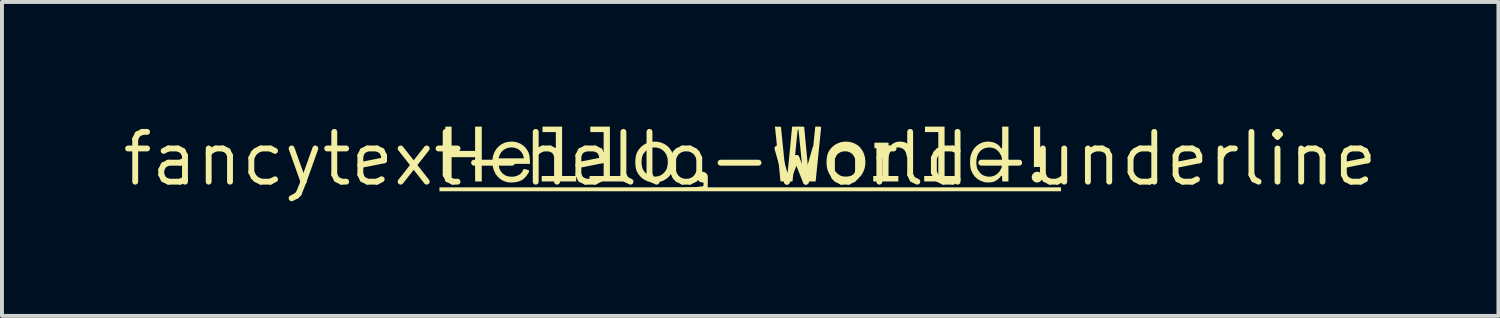
<source format=kicad_pcb>
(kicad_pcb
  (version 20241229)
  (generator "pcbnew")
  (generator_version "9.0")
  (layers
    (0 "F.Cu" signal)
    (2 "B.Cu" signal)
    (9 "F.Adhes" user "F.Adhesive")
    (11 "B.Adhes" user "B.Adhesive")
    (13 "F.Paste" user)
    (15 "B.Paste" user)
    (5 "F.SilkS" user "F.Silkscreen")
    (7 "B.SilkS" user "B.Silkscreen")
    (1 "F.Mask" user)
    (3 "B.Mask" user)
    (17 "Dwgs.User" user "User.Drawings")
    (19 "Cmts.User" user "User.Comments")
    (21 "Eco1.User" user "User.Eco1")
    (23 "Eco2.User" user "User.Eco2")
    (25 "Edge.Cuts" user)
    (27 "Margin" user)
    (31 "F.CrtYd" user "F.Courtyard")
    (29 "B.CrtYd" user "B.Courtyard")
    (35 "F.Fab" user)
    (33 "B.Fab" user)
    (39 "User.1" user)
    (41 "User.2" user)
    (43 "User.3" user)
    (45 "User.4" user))
  (footprint "fancytext-hello-world-underline"
    (layer "F.Cu")
    (at 16.094 1.006)
    (property "Reference" "fancytext-hello-world-underline" (at 0 0 0) (layer "F.SilkS") (effects (font (size 1.27 1.27) (thickness 0.15))))
    (attr board_only exclude_from_pos_files exclude_from_bom)
    (fp_poly (pts (xy 7.24 -0.31) (xy 7.24 -0.825) (xy 7.32 -0.825) (xy 7.4 -0.825) (xy 7.4 -0.31) (xy 7.4 0.205) (xy 7.32 0.205) (xy 7.24 0.205) (xy 7.24 -0.31)) (stroke (width 0) (type solid)) (fill yes) (layer "F.SilkS"))
    (fp_poly (pts (xy -5.32 0.505) (xy -5.32 0.435) (xy -5.14 0.435) (xy -4.96 0.435) (xy -4.96 -0.125) (xy -4.96 -0.685) (xy -5.13 -0.685) (xy -5.3 -0.685) (xy -5.3 -0.755) (xy -5.3 -0.825) (xy -5.05 -0.825) (xy -4.8 -0.825) (xy -4.8 -0.195) (xy -4.8 0.435) (xy -4.62 0.435) (xy -4.44 0.435) (xy -4.44 0.505) (xy -4.44 0.575) (xy -4.88 0.575) (xy -5.32 0.575) (xy -5.32 0.505)) (stroke (width 0) (type solid)) (fill yes) (layer "F.SilkS"))
    (fp_poly (pts (xy -4.1 0.505) (xy -4.1 0.435) (xy -3.92 0.435) (xy -3.74 0.435) (xy -3.74 -0.125) (xy -3.74 -0.685) (xy -3.91 -0.685) (xy -4.08 -0.685) (xy -4.08 -0.755) (xy -4.08 -0.825) (xy -3.83 -0.825) (xy -3.58 -0.825) (xy -3.58 -0.195) (xy -3.58 0.435) (xy -3.4 0.435) (xy -3.22 0.435) (xy -3.22 0.505) (xy -3.22 0.575) (xy -3.66 0.575) (xy -4.1 0.575) (xy -4.1 0.505)) (stroke (width 0) (type solid)) (fill yes) (layer "F.SilkS"))
    (fp_poly (pts (xy 4.44 0.505) (xy 4.44 0.435) (xy 4.62 0.435) (xy 4.8 0.435) (xy 4.8 -0.125) (xy 4.8 -0.685) (xy 4.63 -0.685) (xy 4.46 -0.685) (xy 4.46 -0.755) (xy 4.46 -0.825) (xy 4.71 -0.825) (xy 4.96 -0.825) (xy 4.96 -0.195) (xy 4.96 0.435) (xy 5.14 0.435) (xy 5.32 0.435) (xy 5.32 0.505) (xy 5.32 0.575) (xy 4.88 0.575) (xy 4.44 0.575) (xy 4.44 0.505)) (stroke (width 0) (type solid)) (fill yes) (layer "F.SilkS"))
    (fp_poly (pts (xy 7.262 0.589) (xy 7.221 0.558) (xy 7.194 0.518) (xy 7.184 0.473) (xy 7.189 0.427) (xy 7.21 0.384) (xy 7.248 0.348) (xy 7.249 0.348) (xy 7.293 0.329) (xy 7.339 0.327) (xy 7.382 0.34) (xy 7.419 0.367) (xy 7.446 0.404) (xy 7.459 0.45) (xy 7.46 0.465) (xy 7.451 0.512) (xy 7.427 0.551) (xy 7.392 0.581) (xy 7.349 0.598) (xy 7.304 0.601) (xy 7.262 0.589)) (stroke (width 0) (type solid)) (fill yes) (layer "F.SilkS"))
    (fp_poly (pts (xy -7.78 -0.125) (xy -7.78 -0.825) (xy -7.7 -0.825) (xy -7.62 -0.825) (xy -7.62 -0.515) (xy -7.62 -0.205) (xy -7.32 -0.205) (xy -7.02 -0.205) (xy -7.02 -0.515) (xy -7.02 -0.825) (xy -6.935 -0.825) (xy -6.85 -0.825) (xy -6.85 -0.125) (xy -6.85 0.575) (xy -6.935 0.575) (xy -7.02 0.575) (xy -7.02 0.265) (xy -7.02 -0.045) (xy -7.32 -0.045) (xy -7.62 -0.045) (xy -7.62 0.265) (xy -7.62 0.575) (xy -7.7 0.575) (xy -7.78 0.575) (xy -7.78 -0.125)) (stroke (width 0) (type solid)) (fill yes) (layer "F.SilkS"))
    (fp_poly (pts (xy -7.93 0.775) (xy -7.93 0.725) (xy -4.63 0.725) (xy -4.279 0.725) (xy -3.947 0.725) (xy -3.635 0.725) (xy -3.343 0.725) (xy -3.07 0.724) (xy -2.817 0.724) (xy -2.584 0.724) (xy -2.371 0.723) (xy -2.178 0.723) (xy -2.004 0.722) (xy -1.85 0.721) (xy -1.716 0.721) (xy -1.602 0.72) (xy -1.508 0.719) (xy -1.434 0.718) (xy -1.379 0.717) (xy -1.345 0.716) (xy -1.33 0.715) (xy -1.33 0.715) (xy -1.321 0.71) (xy -1.297 0.706) (xy -1.272 0.705) (xy -1.238 0.703) (xy -1.212 0.698) (xy -1.202 0.693) (xy -1.194 0.676) (xy -1.19 0.648) (xy -1.19 0.64) (xy -1.191 0.615) (xy -1.198 0.603) (xy -1.215 0.6) (xy -1.228 0.6) (xy -1.274 0.59) (xy -1.311 0.566) (xy -1.339 0.53) (xy -1.354 0.488) (xy -1.355 0.442) (xy -1.34 0.397) (xy -1.335 0.388) (xy -1.301 0.353) (xy -1.259 0.333) (xy -1.213 0.327) (xy -1.168 0.336) (xy -1.128 0.359) (xy -1.098 0.396) (xy -1.09 0.412) (xy -1.085 0.43) (xy -1.082 0.455) (xy -1.081 0.49) (xy -1.081 0.538) (xy -1.082 0.578) (xy -1.085 0.725) (xy 3.422 0.725) (xy 7.93 0.725) (xy 7.93 0.775) (xy 7.93 0.825) (xy 0 0.825) (xy -7.93 0.825) (xy -7.93 0.775)) (stroke (width 0) (type solid)) (fill yes) (layer "F.SilkS"))
    (fp_poly (pts (xy 3.14 0.505) (xy 3.14 0.435) (xy 3.255 0.435) (xy 3.37 0.435) (xy 3.37 0.08) (xy 3.37 -0.275) (xy 3.27 -0.275) (xy 3.17 -0.275) (xy 3.17 -0.345) (xy 3.17 -0.415) (xy 3.35 -0.415) (xy 3.53 -0.415) (xy 3.53 -0.35) (xy 3.531 -0.317) (xy 3.535 -0.293) (xy 3.54 -0.285) (xy 3.551 -0.293) (xy 3.567 -0.312) (xy 3.575 -0.325) (xy 3.616 -0.373) (xy 3.671 -0.409) (xy 3.734 -0.433) (xy 3.804 -0.443) (xy 3.875 -0.441) (xy 3.944 -0.424) (xy 4.004 -0.395) (xy 4.056 -0.35) (xy 4.1 -0.292) (xy 4.132 -0.223) (xy 4.15 -0.148) (xy 4.152 -0.118) (xy 4.155 -0.061) (xy 4.08 -0.049) (xy 4.044 -0.044) (xy 4.016 -0.041) (xy 4.003 -0.04) (xy 4.002 -0.04) (xy 3.999 -0.05) (xy 3.994 -0.075) (xy 3.99 -0.1) (xy 3.972 -0.167) (xy 3.942 -0.219) (xy 3.898 -0.258) (xy 3.878 -0.269) (xy 3.814 -0.291) (xy 3.75 -0.295) (xy 3.689 -0.281) (xy 3.635 -0.251) (xy 3.59 -0.206) (xy 3.557 -0.147) (xy 3.546 -0.116) (xy 3.541 -0.093) (xy 3.537 -0.065) (xy 3.534 -0.029) (xy 3.532 0.018) (xy 3.531 0.078) (xy 3.53 0.154) (xy 3.53 0.188) (xy 3.53 0.435) (xy 3.655 0.435) (xy 3.78 0.435) (xy 3.78 0.505) (xy 3.78 0.575) (xy 3.46 0.575) (xy 3.14 0.575) (xy 3.14 0.505)) (stroke (width 0) (type solid)) (fill yes) (layer "F.SilkS"))
    (fp_poly (pts (xy -2.369 -0.439) (xy -2.281 -0.42) (xy -2.197 -0.386) (xy -2.122 -0.337) (xy -2.069 -0.286) (xy -2.014 -0.211) (xy -1.975 -0.125) (xy -1.95 -0.033) (xy -1.94 0.062) (xy -1.945 0.158) (xy -1.964 0.251) (xy -1.998 0.338) (xy -2.046 0.417) (xy -2.084 0.461) (xy -2.157 0.519) (xy -2.241 0.563) (xy -2.332 0.591) (xy -2.428 0.602) (xy -2.526 0.596) (xy -2.53 0.595) (xy -2.624 0.569) (xy -2.71 0.525) (xy -2.786 0.467) (xy -2.849 0.394) (xy -2.867 0.365) (xy -2.898 0.304) (xy -2.918 0.238) (xy -2.929 0.162) (xy -2.932 0.08) (xy -2.773 0.08) (xy -2.768 0.159) (xy -2.755 0.223) (xy -2.731 0.279) (xy -2.695 0.332) (xy -2.683 0.345) (xy -2.628 0.397) (xy -2.568 0.43) (xy -2.502 0.448) (xy -2.424 0.451) (xy -2.42 0.451) (xy -2.35 0.442) (xy -2.295 0.424) (xy -2.237 0.388) (xy -2.185 0.338) (xy -2.145 0.281) (xy -2.13 0.248) (xy -2.111 0.176) (xy -2.102 0.096) (xy -2.105 0.017) (xy -2.114 -0.035) (xy -2.143 -0.114) (xy -2.187 -0.181) (xy -2.244 -0.233) (xy -2.312 -0.27) (xy -2.39 -0.29) (xy -2.42 -0.293) (xy -2.496 -0.29) (xy -2.562 -0.273) (xy -2.622 -0.238) (xy -2.671 -0.196) (xy -2.714 -0.147) (xy -2.743 -0.097) (xy -2.762 -0.041) (xy -2.771 0.026) (xy -2.773 0.08) (xy -2.932 0.08) (xy -2.927 -0.018) (xy -2.912 -0.102) (xy -2.884 -0.176) (xy -2.842 -0.243) (xy -2.79 -0.302) (xy -2.718 -0.361) (xy -2.638 -0.403) (xy -2.551 -0.431) (xy -2.46 -0.442)) (stroke (width 0) (type solid)) (fill yes) (layer "F.SilkS"))
    (fp_poly (pts (xy 2.511 -0.439) (xy 2.599 -0.42) (xy 2.683 -0.386) (xy 2.758 -0.337) (xy 2.811 -0.286) (xy 2.866 -0.211) (xy 2.905 -0.125) (xy 2.93 -0.033) (xy 2.94 0.062) (xy 2.935 0.158) (xy 2.916 0.251) (xy 2.882 0.338) (xy 2.834 0.417) (xy 2.796 0.461) (xy 2.723 0.519) (xy 2.639 0.563) (xy 2.548 0.591) (xy 2.452 0.602) (xy 2.354 0.596) (xy 2.35 0.595) (xy 2.256 0.569) (xy 2.17 0.525) (xy 2.094 0.467) (xy 2.031 0.394) (xy 2.013 0.365) (xy 1.982 0.304) (xy 1.962 0.238) (xy 1.951 0.162) (xy 1.948 0.08) (xy 2.107 0.08) (xy 2.112 0.159) (xy 2.125 0.223) (xy 2.149 0.279) (xy 2.185 0.332) (xy 2.197 0.345) (xy 2.252 0.397) (xy 2.312 0.43) (xy 2.378 0.448) (xy 2.456 0.451) (xy 2.46 0.451) (xy 2.53 0.442) (xy 2.585 0.424) (xy 2.643 0.388) (xy 2.695 0.338) (xy 2.735 0.281) (xy 2.75 0.248) (xy 2.769 0.176) (xy 2.778 0.096) (xy 2.775 0.017) (xy 2.766 -0.035) (xy 2.737 -0.114) (xy 2.693 -0.181) (xy 2.636 -0.233) (xy 2.568 -0.27) (xy 2.49 -0.29) (xy 2.46 -0.293) (xy 2.384 -0.29) (xy 2.318 -0.273) (xy 2.258 -0.238) (xy 2.209 -0.196) (xy 2.166 -0.147) (xy 2.137 -0.097) (xy 2.118 -0.041) (xy 2.109 0.026) (xy 2.107 0.08) (xy 1.948 0.08) (xy 1.953 -0.018) (xy 1.968 -0.102) (xy 1.996 -0.176) (xy 2.038 -0.243) (xy 2.09 -0.302) (xy 2.162 -0.361) (xy 2.242 -0.403) (xy 2.329 -0.431) (xy 2.42 -0.442)) (stroke (width 0) (type solid)) (fill yes) (layer "F.SilkS"))
    (fp_poly (pts (xy -6.055 -0.442) (xy -5.959 -0.427) (xy -5.872 -0.394) (xy -5.795 -0.345) (xy -5.729 -0.282) (xy -5.677 -0.205) (xy -5.649 -0.14) (xy -5.633 -0.078) (xy -5.624 0.002) (xy -5.622 0.022) (xy -5.617 0.125) (xy -6.423 0.125) (xy -6.417 0.174) (xy -6.399 0.25) (xy -6.365 0.317) (xy -6.317 0.373) (xy -6.257 0.416) (xy -6.196 0.44) (xy -6.118 0.453) (xy -6.042 0.452) (xy -5.971 0.437) (xy -5.907 0.41) (xy -5.854 0.371) (xy -5.814 0.322) (xy -5.798 0.287) (xy -5.791 0.27) (xy -5.784 0.26) (xy -5.771 0.257) (xy -5.749 0.26) (xy -5.713 0.269) (xy -5.705 0.271) (xy -5.666 0.283) (xy -5.644 0.295) (xy -5.64 0.302) (xy -5.647 0.332) (xy -5.667 0.371) (xy -5.696 0.414) (xy -5.732 0.458) (xy -5.77 0.497) (xy -5.808 0.529) (xy -5.824 0.539) (xy -5.889 0.568) (xy -5.967 0.589) (xy -6.05 0.6) (xy -6.133 0.601) (xy -6.207 0.591) (xy -6.298 0.56) (xy -6.378 0.513) (xy -6.446 0.451) (xy -6.502 0.375) (xy -6.543 0.287) (xy -6.565 0.209) (xy -6.579 0.102) (xy -6.576 0.00016) (xy -6.573 -0.015) (xy -6.42 -0.015) (xy -5.777 -0.015) (xy -5.784 -0.058) (xy -5.803 -0.116) (xy -5.837 -0.173) (xy -5.878 -0.217) (xy -5.938 -0.259) (xy -6.007 -0.284) (xy -6.08 -0.294) (xy -6.155 -0.289) (xy -6.227 -0.268) (xy -6.293 -0.231) (xy -6.318 -0.21) (xy -6.353 -0.171) (xy -6.384 -0.12) (xy -6.407 -0.066) (xy -6.414 -0.043) (xy -6.42 -0.015) (xy -6.573 -0.015) (xy -6.557 -0.095) (xy -6.523 -0.181) (xy -6.476 -0.258) (xy -6.415 -0.323) (xy -6.344 -0.376) (xy -6.262 -0.415) (xy -6.171 -0.437) (xy -6.072 -0.443)) (stroke (width 0) (type solid)) (fill yes) (layer "F.SilkS"))
    (fp_poly (pts (xy 6.59 0.575) (xy 6.43 0.575) (xy 6.43 0.5) (xy 6.429 0.457) (xy 6.423 0.433) (xy 6.414 0.427) (xy 6.398 0.439) (xy 6.375 0.468) (xy 6.342 0.503) (xy 6.297 0.537) (xy 6.247 0.567) (xy 6.2 0.586) (xy 6.142 0.597) (xy 6.074 0.6) (xy 6.008 0.597) (xy 5.973 0.59) (xy 5.882 0.56) (xy 5.802 0.513) (xy 5.734 0.452) (xy 5.679 0.377) (xy 5.639 0.291) (xy 5.625 0.243) (xy 5.616 0.188) (xy 5.611 0.122) (xy 5.611 0.065) (xy 5.771 0.065) (xy 5.773 0.135) (xy 5.781 0.2) (xy 5.796 0.253) (xy 5.798 0.257) (xy 5.822 0.299) (xy 5.855 0.342) (xy 5.892 0.381) (xy 5.927 0.408) (xy 5.934 0.412) (xy 6.009 0.441) (xy 6.088 0.453) (xy 6.165 0.447) (xy 6.238 0.424) (xy 6.243 0.421) (xy 6.308 0.379) (xy 6.361 0.32) (xy 6.399 0.256) (xy 6.41 0.23) (xy 6.418 0.206) (xy 6.422 0.179) (xy 6.424 0.144) (xy 6.425 0.096) (xy 6.425 0.08) (xy 6.425 0.028) (xy 6.423 -0.009) (xy 6.42 -0.037) (xy 6.413 -0.06) (xy 6.403 -0.086) (xy 6.392 -0.107) (xy 6.347 -0.178) (xy 6.292 -0.233) (xy 6.226 -0.27) (xy 6.151 -0.29) (xy 6.08 -0.293) (xy 6 -0.279) (xy 5.929 -0.248) (xy 5.869 -0.201) (xy 5.822 -0.139) (xy 5.789 -0.065) (xy 5.789 -0.063) (xy 5.776 -0.003) (xy 5.771 0.065) (xy 5.611 0.065) (xy 5.611 0.052) (xy 5.615 -0.014) (xy 5.623 -0.07) (xy 5.625 -0.08) (xy 5.658 -0.173) (xy 5.706 -0.255) (xy 5.766 -0.323) (xy 5.837 -0.378) (xy 5.917 -0.417) (xy 6.004 -0.439) (xy 6.097 -0.443) (xy 6.114 -0.442) (xy 6.186 -0.429) (xy 6.254 -0.404) (xy 6.314 -0.37) (xy 6.362 -0.329) (xy 6.389 -0.291) (xy 6.403 -0.272) (xy 6.417 -0.265) (xy 6.421 -0.268) (xy 6.424 -0.28) (xy 6.426 -0.302) (xy 6.428 -0.335) (xy 6.429 -0.382) (xy 6.43 -0.446) (xy 6.43 -0.526) (xy 6.43 -0.545) (xy 6.43 -0.825) (xy 6.59 -0.825)) (stroke (width 0) (type solid)) (fill yes) (layer "F.SilkS"))
    (fp_poly (pts (xy 0.77 0.554) (xy 0.769 0.54) (xy 0.766 0.509) (xy 0.762 0.462) (xy 0.756 0.401) (xy 0.749 0.329) (xy 0.741 0.246) (xy 0.732 0.156) (xy 0.722 0.06) (xy 0.712 -0.039) (xy 0.702 -0.14) (xy 0.692 -0.24) (xy 0.682 -0.338) (xy 0.672 -0.432) (xy 0.664 -0.519) (xy 0.656 -0.597) (xy 0.648 -0.665) (xy 0.643 -0.72) (xy 0.638 -0.761) (xy 0.636 -0.784) (xy 0.635 -0.788) (xy 0.63 -0.826) (xy 0.707 -0.823) (xy 0.785 -0.82) (xy 0.851 -0.162) (xy 0.862 -0.05) (xy 0.873 0.057) (xy 0.884 0.156) (xy 0.893 0.246) (xy 0.902 0.325) (xy 0.909 0.392) (xy 0.916 0.444) (xy 0.92 0.481) (xy 0.923 0.5) (xy 0.924 0.502) (xy 0.935 0.503) (xy 0.936 0.502) (xy 0.938 0.491) (xy 0.942 0.462) (xy 0.947 0.417) (xy 0.954 0.356) (xy 0.962 0.282) (xy 0.97 0.197) (xy 0.98 0.101) (xy 0.99 -0.002) (xy 1.001 -0.113) (xy 1.006 -0.162) (xy 1.017 -0.275) (xy 1.027 -0.381) (xy 1.036 -0.48) (xy 1.045 -0.57) (xy 1.052 -0.648) (xy 1.059 -0.714) (xy 1.064 -0.766) (xy 1.067 -0.802) (xy 1.069 -0.82) (xy 1.069 -0.823) (xy 1.079 -0.823) (xy 1.105 -0.824) (xy 1.145 -0.825) (xy 1.194 -0.825) (xy 1.225 -0.825) (xy 1.284 -0.825) (xy 1.325 -0.824) (xy 1.353 -0.823) (xy 1.369 -0.82) (xy 1.377 -0.816) (xy 1.38 -0.809) (xy 1.38 -0.802) (xy 1.381 -0.789) (xy 1.384 -0.757) (xy 1.388 -0.709) (xy 1.394 -0.646) (xy 1.401 -0.57) (xy 1.409 -0.483) (xy 1.418 -0.387) (xy 1.427 -0.283) (xy 1.438 -0.173) (xy 1.44 -0.151) (xy 1.451 -0.04) (xy 1.46 0.064) (xy 1.47 0.162) (xy 1.478 0.249) (xy 1.485 0.327) (xy 1.491 0.391) (xy 1.496 0.441) (xy 1.499 0.475) (xy 1.5 0.491) (xy 1.5 0.492) (xy 1.508 0.504) (xy 1.513 0.505) (xy 1.516 0.5) (xy 1.52 0.484) (xy 1.525 0.457) (xy 1.531 0.417) (xy 1.537 0.364) (xy 1.545 0.295) (xy 1.554 0.21) (xy 1.565 0.109) (xy 1.577 -0.01) (xy 1.589 -0.122) (xy 1.6 -0.234) (xy 1.611 -0.339) (xy 1.621 -0.438) (xy 1.63 -0.529) (xy 1.638 -0.609) (xy 1.645 -0.676) (xy 1.651 -0.729) (xy 1.655 -0.767) (xy 1.657 -0.786) (xy 1.657 -0.787) (xy 1.663 -0.825) (xy 1.736 -0.825) (xy 1.779 -0.824) (xy 1.804 -0.819) (xy 1.81 -0.814) (xy 1.809 -0.802) (xy 1.806 -0.772) (xy 1.802 -0.726) (xy 1.796 -0.667) (xy 1.789 -0.595) (xy 1.781 -0.514) (xy 1.772 -0.425) (xy 1.762 -0.33) (xy 1.752 -0.231) (xy 1.742 -0.131) (xy 1.732 -0.031) (xy 1.722 0.067) (xy 1.712 0.161) (xy 1.703 0.249) (xy 1.695 0.328) (xy 1.688 0.397) (xy 1.682 0.454) (xy 1.678 0.496) (xy 1.675 0.522) (xy 1.674 0.527) (xy 1.668 0.575) (xy 1.514 0.575) (xy 1.452 0.575) (xy 1.408 0.573) (xy 1.379 0.571) (xy 1.364 0.567) (xy 1.36 0.562) (xy 1.36 0.546) (xy 1.357 0.513) (xy 1.353 0.464) (xy 1.347 0.402) (xy 1.34 0.328) (xy 1.332 0.246) (xy 1.323 0.156) (xy 1.314 0.061) (xy 1.304 -0.037) (xy 1.294 -0.136) (xy 1.284 -0.235) (xy 1.275 -0.33) (xy 1.265 -0.421) (xy 1.257 -0.504) (xy 1.249 -0.579) (xy 1.242 -0.642) (xy 1.236 -0.693) (xy 1.232 -0.729) (xy 1.229 -0.747) (xy 1.229 -0.749) (xy 1.217 -0.755) (xy 1.215 -0.753) (xy 1.213 -0.743) (xy 1.209 -0.714) (xy 1.204 -0.668) (xy 1.198 -0.608) (xy 1.19 -0.535) (xy 1.181 -0.451) (xy 1.172 -0.357) (xy 1.162 -0.255) (xy 1.151 -0.148) (xy 1.15 -0.139) (xy 1.139 -0.029) (xy 1.129 0.076) (xy 1.119 0.175) (xy 1.111 0.265) (xy 1.103 0.345) (xy 1.096 0.413) (xy 1.091 0.466) (xy 1.087 0.503) (xy 1.085 0.522) (xy 1.085 0.522) (xy 1.079 0.575) (xy 0.924 0.575) (xy 0.866 0.575) (xy 0.824 0.574) (xy 0.797 0.573) (xy 0.781 0.57) (xy 0.773 0.566) (xy 0.77 0.559) (xy 0.77 0.554)) (stroke (width 0) (type solid)) (fill yes) (layer "F.SilkS")))
  (gr_rect
    (start -3 -3)
    (end 35.188 5.012)
    (stroke (width 0.1) (type default))
    (fill no)
    (layer "Edge.Cuts")))
</source>
